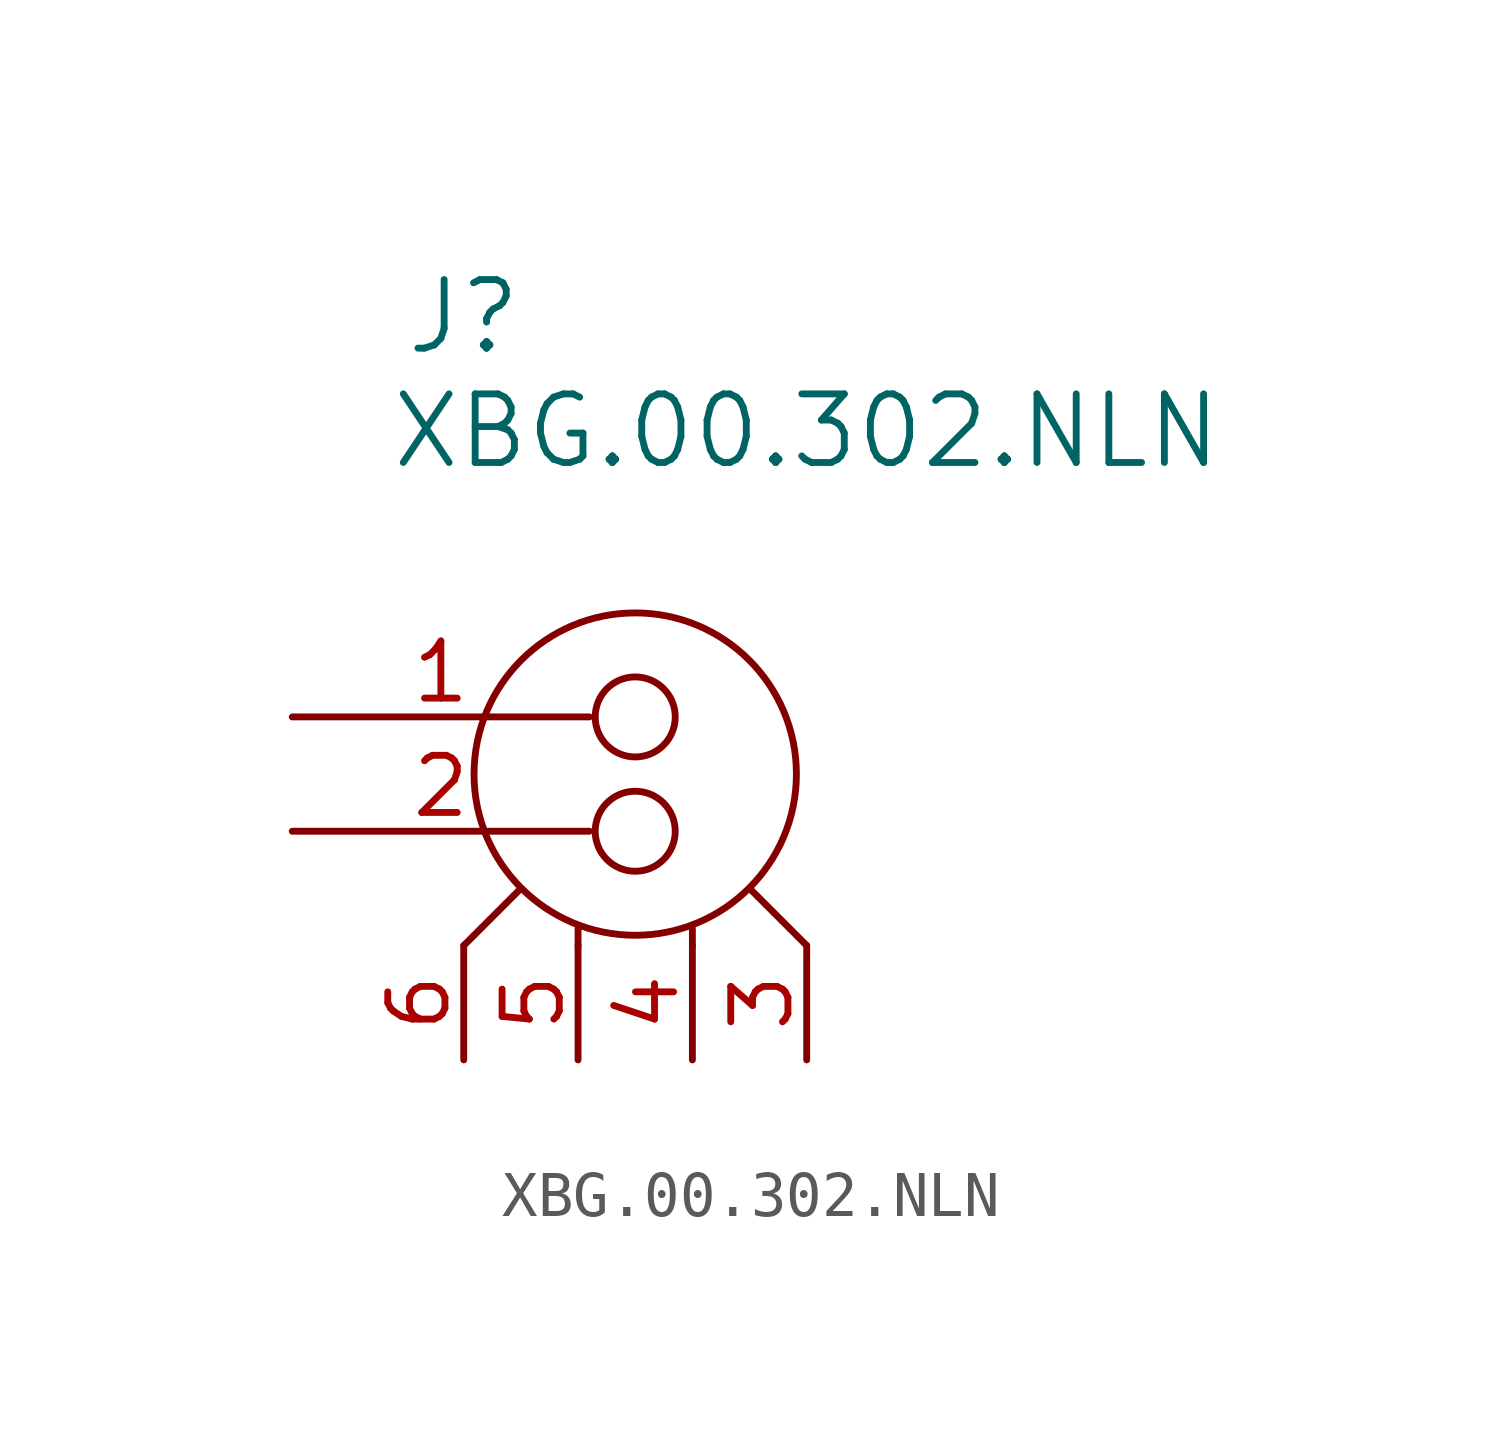
<source format=kicad_sym>
(kicad_symbol_lib
  (version 20211014)
  (generator kicad_symbol_editor)
  (symbol "XBG.00.302.NLN"
    (pin_names
      (offset 1.27) hide)
    (property "Reference" "J"
      (at 3.81 8.89 0)
      (effects (font (size 1.524 1.524))))
    (property "Value" "XBG.00.302.NLN"
      (at 11.43 6.35 0)
      (effects (font (size 1.524 1.524))))
    (symbol "XBG.00.302.NLN_0_1"
      (polyline (pts (xy 3.81 -5.08) (xy 5.08 -3.81)) (stroke (width 0) (type default) (color 0 0 0 0)) (fill (type none)))
      (polyline (pts (xy 6.35 -5.08) (xy 6.35 -4.699)) (stroke (width 0) (type default) (color 0 0 0 0)) (fill (type none)))
      (polyline (pts (xy 8.89 -5.08) (xy 8.89 -4.699)) (stroke (width 0) (type default) (color 0 0 0 0)) (fill (type none)))
      (polyline (pts (xy 11.43 -5.08) (xy 10.16 -3.81)) (stroke (width 0) (type default) (color 0 0 0 0)) (fill (type none)))
      (circle (center 7.62 -2.54) (radius 0.889) (stroke (width 0) (type default) (color 0 0 0 0)) (fill (type none)))
      (circle (center 7.62 -1.27) (radius 3.581) (stroke (width 0) (type default) (color 0 0 0 0)) (fill (type none)))
      (circle (center 7.62 0) (radius 0.889) (stroke (width 0) (type default) (color 0 0 0 0)) (fill (type none))))
    (symbol "XBG.00.302.NLN_1_1"
      (pin passive line (at 0 0 0) (length 6.604) (name "P" (effects (font (size 1.27 1.27)))) (number "1" (effects (font (size 1.27 1.27)))))
      (pin passive line (at 0 -2.54 0) (length 6.604) (name "N" (effects (font (size 1.27 1.27)))) (number "2" (effects (font (size 1.27 1.27)))))
      (pin passive line (at 11.43 -7.62 90) (length 2.54) (name "GND0" (effects (font (size 1.27 1.27)))) (number "3" (effects (font (size 1.27 1.27)))))
      (pin passive line (at 8.89 -7.62 90) (length 2.54) (name "GND1" (effects (font (size 1.27 1.27)))) (number "4" (effects (font (size 1.27 1.27)))))
      (pin passive line (at 6.35 -7.62 90) (length 2.54) (name "GND2" (effects (font (size 1.27 1.27)))) (number "5" (effects (font (size 1.27 1.27)))))
      (pin passive line (at 3.81 -7.62 90) (length 2.54) (name "GND3" (effects (font (size 1.27 1.27)))) (number "6" (effects (font (size 1.27 1.27))))))))
</source>
